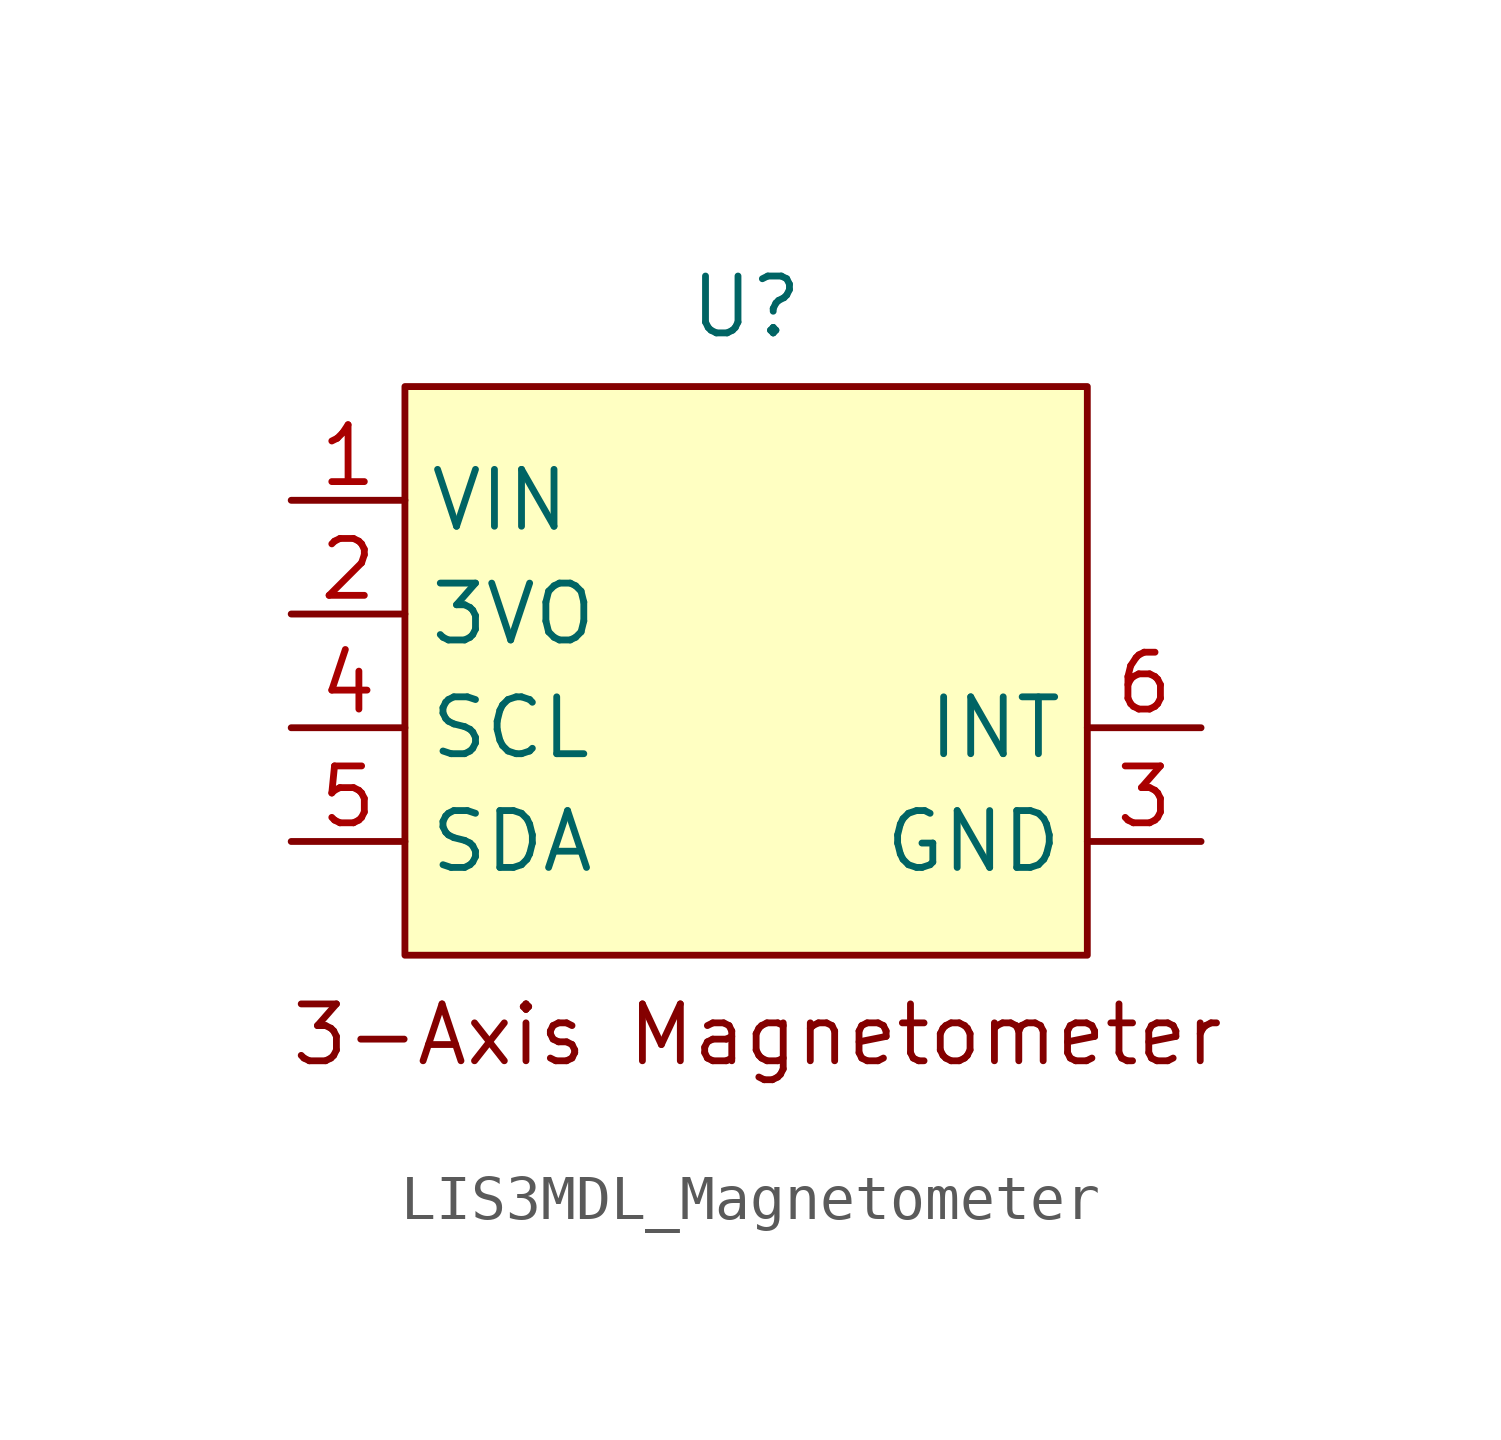
<source format=kicad_sym>
(kicad_symbol_lib
  (version 20241209)
  (generator "kicad_symbol_editor")
  (generator_version "9.0")
  (symbol "LIS3MDL_Magnetometer"
    (property "Reference" "U"
      (at 0 9.398 0)
      (effects (font (size 1.27 1.27))))
    (property "Value" ""
      (at 0 0 0)
      (effects (font (size 1.27 1.27))))
    (symbol "LIS3MDL_Magnetometer_1_1"
      (rectangle (start -7.62 7.62) (end 7.62 -5.08) (stroke (width 0) (type solid)) (fill (type background)))
      (text "3-Axis Magnetometer" (at 0.254 -6.858 0) (effects (font (size 1.27 1.27))))
      (pin input line (at -10.16 5.08 0) (length 2.54) (name "VIN" (effects (font (size 1.27 1.27)))) (number "1" (effects (font (size 1.27 1.27)))))
      (pin output line (at -10.16 2.54 0) (length 2.54) (name "3VO" (effects (font (size 1.27 1.27)))) (number "2" (effects (font (size 1.27 1.27)))))
      (pin bidirectional line (at -10.16 0 0) (length 2.54) (name "SCL" (effects (font (size 1.27 1.27)))) (number "4" (effects (font (size 1.27 1.27)))))
      (pin bidirectional line (at -10.16 -2.54 0) (length 2.54) (name "SDA" (effects (font (size 1.27 1.27)))) (number "5" (effects (font (size 1.27 1.27)))))
      (pin output line (at 10.16 0 180) (length 2.54) (name "INT" (effects (font (size 1.27 1.27)))) (number "6" (effects (font (size 1.27 1.27)))))
      (pin output line (at 10.16 -2.54 180) (length 2.54) (name "GND" (effects (font (size 1.27 1.27)))) (number "3" (effects (font (size 1.27 1.27))))))))
</source>
